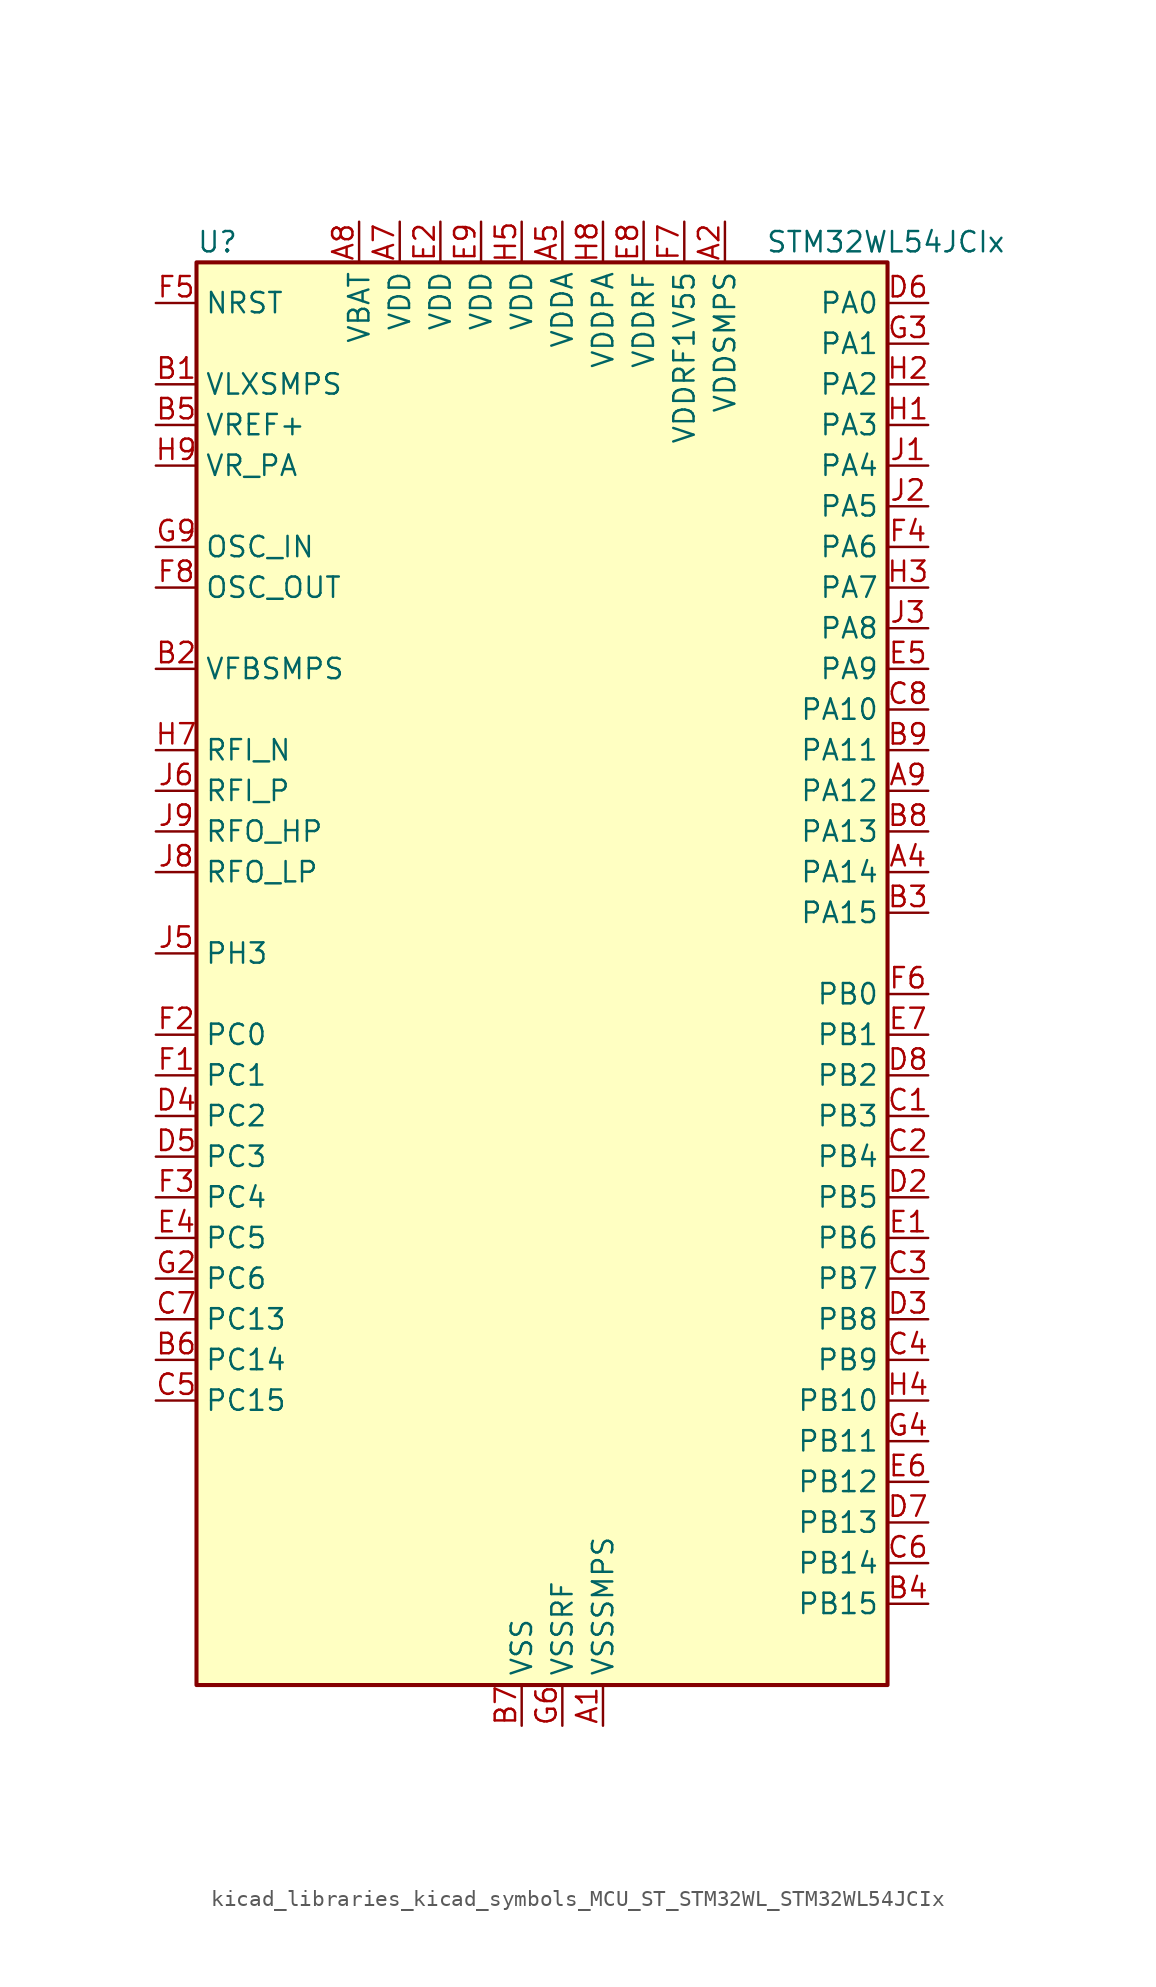
<source format=kicad_sym>
(kicad_symbol_lib
  (version 20220914)
  (generator kicad_symbol_editor)
  (symbol "kicad_libraries_kicad_symbols_MCU_ST_STM32WL_STM32WL54JCIx"
    (property "Reference" "U"
      (at -20.32 46.99 0)
      (effects (font (size 1.27 1.27)) (justify left)))
    (property "Value" "STM32WL54JCIx"
      (at 15.24 46.99 0)
      (effects (font (size 1.27 1.27)) (justify left)))
    (property "ki_locked" ""
      (at 0 0 0)
      (effects (font (size 1.27 1.27))))
    (symbol "kicad_libraries_kicad_symbols_MCU_ST_STM32WL_STM32WL54JCIx_0_1"
      (rectangle (start -20.32 -43.18) (end 22.86 45.72) (stroke (width 0.254) (type default)) (fill (type background))))
    (symbol "kicad_libraries_kicad_symbols_MCU_ST_STM32WL_STM32WL54JCIx_1_1"
      (pin power_in line (at 5.08 -45.72 90) (length 2.54) (name "VSSSMPS" (effects (font (size 1.27 1.27)))) (number "A1" (effects (font (size 1.27 1.27)))))
      (pin power_in line (at 12.7 48.26 270) (length 2.54) (name "VDDSMPS" (effects (font (size 1.27 1.27)))) (number "A2" (effects (font (size 1.27 1.27)))))
      (pin bidirectional line (at 25.4 7.62 180) (length 2.54) (name "PA14" (effects (font (size 1.27 1.27)))) (number "A4" (effects (font (size 1.27 1.27)))) (alternate "ADC_IN10" bidirectional line) (alternate "DEBUG_JTCK-SWCLK" bidirectional line) (alternate "I2C1_SMBA" bidirectional line) (alternate "LPTIM1_OUT" bidirectional line))
      (pin power_in line (at 2.54 48.26 270) (length 2.54) (name "VDDA" (effects (font (size 1.27 1.27)))) (number "A5" (effects (font (size 1.27 1.27)))))
      (pin power_in line (at -7.62 48.26 270) (length 2.54) (name "VDD" (effects (font (size 1.27 1.27)))) (number "A7" (effects (font (size 1.27 1.27)))))
      (pin power_in line (at -10.16 48.26 270) (length 2.54) (name "VBAT" (effects (font (size 1.27 1.27)))) (number "A8" (effects (font (size 1.27 1.27)))))
      (pin bidirectional line (at 25.4 12.7 180) (length 2.54) (name "PA12" (effects (font (size 1.27 1.27)))) (number "A9" (effects (font (size 1.27 1.27)))) (alternate "ADC_IN8" bidirectional line) (alternate "DEBUG_RF-BUSY" bidirectional line) (alternate "I2C2_SCL" bidirectional line) (alternate "LPTIM3_IN1" bidirectional line) (alternate "SPI1_MOSI" bidirectional line) (alternate "TIM1_ETR" bidirectional line) (alternate "USART1_DE" bidirectional line) (alternate "USART1_RTS" bidirectional line))
      (pin power_in line (at -22.86 38.1 0) (length 2.54) (name "VLXSMPS" (effects (font (size 1.27 1.27)))) (number "B1" (effects (font (size 1.27 1.27)))))
      (pin input line (at -22.86 20.32 0) (length 2.54) (name "VFBSMPS" (effects (font (size 1.27 1.27)))) (number "B2" (effects (font (size 1.27 1.27)))))
      (pin bidirectional line (at 25.4 5.08 180) (length 2.54) (name "PA15" (effects (font (size 1.27 1.27)))) (number "B3" (effects (font (size 1.27 1.27)))) (alternate "ADC_IN11" bidirectional line) (alternate "COMP1_INM" bidirectional line) (alternate "COMP2_INP" bidirectional line) (alternate "DEBUG_JTDI" bidirectional line) (alternate "I2C2_SDA" bidirectional line) (alternate "SPI1_NSS" bidirectional line) (alternate "TIM2_CH1" bidirectional line) (alternate "TIM2_ETR" bidirectional line))
      (pin bidirectional line (at 25.4 -38.1 180) (length 2.54) (name "PB15" (effects (font (size 1.27 1.27)))) (number "B4" (effects (font (size 1.27 1.27)))) (alternate "I2C2_SCL" bidirectional line) (alternate "I2S2_SD" bidirectional line) (alternate "SPI2_MOSI" bidirectional line) (alternate "TIM1_CH3N" bidirectional line))
      (pin input line (at -22.86 35.56 0) (length 2.54) (name "VREF+" (effects (font (size 1.27 1.27)))) (number "B5" (effects (font (size 1.27 1.27)))) (alternate "VREFBUF_OUT" bidirectional line))
      (pin bidirectional line (at -22.86 -22.86 0) (length 2.54) (name "PC14" (effects (font (size 1.27 1.27)))) (number "B6" (effects (font (size 1.27 1.27)))) (alternate "RCC_OSC32_IN" bidirectional line))
      (pin power_in line (at 0 -45.72 90) (length 2.54) (name "VSS" (effects (font (size 1.27 1.27)))) (number "B7" (effects (font (size 1.27 1.27)))))
      (pin bidirectional line (at 25.4 10.16 180) (length 2.54) (name "PA13" (effects (font (size 1.27 1.27)))) (number "B8" (effects (font (size 1.27 1.27)))) (alternate "ADC_IN9" bidirectional line) (alternate "DEBUG_JTMS-SWDIO" bidirectional line) (alternate "I2C2_SMBA" bidirectional line) (alternate "IR_OUT" bidirectional line))
      (pin bidirectional line (at 25.4 15.24 180) (length 2.54) (name "PA11" (effects (font (size 1.27 1.27)))) (number "B9" (effects (font (size 1.27 1.27)))) (alternate "ADC_EXTI11" bidirectional line) (alternate "ADC_IN7" bidirectional line) (alternate "COMP1_INM" bidirectional line) (alternate "COMP2_INM" bidirectional line) (alternate "DEBUG_RF-NRESET" bidirectional line) (alternate "I2C2_SDA" bidirectional line) (alternate "LPTIM3_ETR" bidirectional line) (alternate "SPI1_MISO" bidirectional line) (alternate "TIM1_BKIN2" bidirectional line) (alternate "TIM1_CH4" bidirectional line) (alternate "USART1_CTS" bidirectional line) (alternate "USART1_NSS" bidirectional line))
      (pin bidirectional line (at 25.4 -7.62 180) (length 2.54) (name "PB3" (effects (font (size 1.27 1.27)))) (number "C1" (effects (font (size 1.27 1.27)))) (alternate "ADC_IN2" bidirectional line) (alternate "COMP1_INM" bidirectional line) (alternate "COMP2_INM" bidirectional line) (alternate "DEBUG_JTDO-SWO" bidirectional line) (alternate "DEBUG_RF-DTB1" bidirectional line) (alternate "PWR_WKUP3" bidirectional line) (alternate "RTC_TAMP_IN3" bidirectional line) (alternate "SPI1_SCK" bidirectional line) (alternate "TIM2_CH2" bidirectional line) (alternate "USART1_DE" bidirectional line) (alternate "USART1_RTS" bidirectional line))
      (pin bidirectional line (at 25.4 -10.16 180) (length 2.54) (name "PB4" (effects (font (size 1.27 1.27)))) (number "C2" (effects (font (size 1.27 1.27)))) (alternate "ADC_IN3" bidirectional line) (alternate "COMP1_INP" bidirectional line) (alternate "COMP2_INP" bidirectional line) (alternate "DEBUG_JTRST" bidirectional line) (alternate "DEBUG_RF-LDORDY" bidirectional line) (alternate "I2C3_SDA" bidirectional line) (alternate "SPI1_MISO" bidirectional line) (alternate "TIM17_BKIN" bidirectional line) (alternate "USART1_CTS" bidirectional line) (alternate "USART1_NSS" bidirectional line))
      (pin bidirectional line (at 25.4 -17.78 180) (length 2.54) (name "PB7" (effects (font (size 1.27 1.27)))) (number "C3" (effects (font (size 1.27 1.27)))) (alternate "I2C1_SDA" bidirectional line) (alternate "LPTIM1_IN2" bidirectional line) (alternate "PWR_PVD_IN" bidirectional line) (alternate "TIM17_CH1N" bidirectional line) (alternate "TIM1_BKIN" bidirectional line) (alternate "USART1_RX" bidirectional line))
      (pin bidirectional line (at 25.4 -22.86 180) (length 2.54) (name "PB9" (effects (font (size 1.27 1.27)))) (number "C4" (effects (font (size 1.27 1.27)))) (alternate "DAC_EXTI9" bidirectional line) (alternate "I2C1_SDA" bidirectional line) (alternate "I2S2_WS" bidirectional line) (alternate "IR_OUT" bidirectional line) (alternate "SPI2_NSS" bidirectional line) (alternate "TIM17_CH1" bidirectional line) (alternate "TIM1_CH3N" bidirectional line))
      (pin bidirectional line (at -22.86 -25.4 0) (length 2.54) (name "PC15" (effects (font (size 1.27 1.27)))) (number "C5" (effects (font (size 1.27 1.27)))) (alternate "RCC_OSC32_OUT" bidirectional line))
      (pin bidirectional line (at 25.4 -35.56 180) (length 2.54) (name "PB14" (effects (font (size 1.27 1.27)))) (number "C6" (effects (font (size 1.27 1.27)))) (alternate "ADC_IN1" bidirectional line) (alternate "I2C3_SDA" bidirectional line) (alternate "I2S2_MCK" bidirectional line) (alternate "SPI2_MISO" bidirectional line) (alternate "TIM1_CH2N" bidirectional line))
      (pin bidirectional line (at -22.86 -20.32 0) (length 2.54) (name "PC13" (effects (font (size 1.27 1.27)))) (number "C7" (effects (font (size 1.27 1.27)))) (alternate "PWR_WKUP2" bidirectional line) (alternate "RTC_OUT1" bidirectional line) (alternate "RTC_TAMP_IN1" bidirectional line) (alternate "RTC_TS" bidirectional line))
      (pin bidirectional line (at 25.4 17.78 180) (length 2.54) (name "PA10" (effects (font (size 1.27 1.27)))) (number "C8" (effects (font (size 1.27 1.27)))) (alternate "ADC_IN6" bidirectional line) (alternate "COMP1_INM" bidirectional line) (alternate "COMP2_INM" bidirectional line) (alternate "DAC_OUT1" bidirectional line) (alternate "DEBUG_RF-HSE32RDY" bidirectional line) (alternate "I2C1_SDA" bidirectional line) (alternate "I2S2_SD" bidirectional line) (alternate "RTC_REFIN" bidirectional line) (alternate "SPI2_MOSI" bidirectional line) (alternate "TIM17_BKIN" bidirectional line) (alternate "TIM1_CH3" bidirectional line) (alternate "USART1_RX" bidirectional line))
      (pin bidirectional line (at 25.4 -12.7 180) (length 2.54) (name "PB5" (effects (font (size 1.27 1.27)))) (number "D2" (effects (font (size 1.27 1.27)))) (alternate "COMP2_OUT" bidirectional line) (alternate "I2C1_SMBA" bidirectional line) (alternate "LPTIM1_IN1" bidirectional line) (alternate "SPI1_MOSI" bidirectional line) (alternate "TIM16_BKIN" bidirectional line) (alternate "USART1_CK" bidirectional line))
      (pin bidirectional line (at 25.4 -20.32 180) (length 2.54) (name "PB8" (effects (font (size 1.27 1.27)))) (number "D3" (effects (font (size 1.27 1.27)))) (alternate "I2C1_SCL" bidirectional line) (alternate "TIM16_CH1" bidirectional line) (alternate "TIM1_CH2N" bidirectional line))
      (pin bidirectional line (at -22.86 -7.62 0) (length 2.54) (name "PC2" (effects (font (size 1.27 1.27)))) (number "D4" (effects (font (size 1.27 1.27)))) (alternate "LPTIM1_IN2" bidirectional line) (alternate "SPI2_MISO" bidirectional line))
      (pin bidirectional line (at -22.86 -10.16 0) (length 2.54) (name "PC3" (effects (font (size 1.27 1.27)))) (number "D5" (effects (font (size 1.27 1.27)))) (alternate "I2S2_SD" bidirectional line) (alternate "LPTIM1_ETR" bidirectional line) (alternate "LPTIM2_ETR" bidirectional line) (alternate "SPI2_MOSI" bidirectional line))
      (pin bidirectional line (at 25.4 43.18 180) (length 2.54) (name "PA0" (effects (font (size 1.27 1.27)))) (number "D6" (effects (font (size 1.27 1.27)))) (alternate "COMP1_OUT" bidirectional line) (alternate "DEBUG_PWR-REGLP1S" bidirectional line) (alternate "I2C3_SMBA" bidirectional line) (alternate "I2S_CKIN" bidirectional line) (alternate "PWR_WKUP1" bidirectional line) (alternate "RTC_TAMP_IN2" bidirectional line) (alternate "TIM2_CH1" bidirectional line) (alternate "TIM2_ETR" bidirectional line) (alternate "USART2_CTS" bidirectional line) (alternate "USART2_NSS" bidirectional line))
      (pin bidirectional line (at 25.4 -33.02 180) (length 2.54) (name "PB13" (effects (font (size 1.27 1.27)))) (number "D7" (effects (font (size 1.27 1.27)))) (alternate "ADC_IN0" bidirectional line) (alternate "I2C3_SCL" bidirectional line) (alternate "I2S2_CK" bidirectional line) (alternate "LPUART1_CTS" bidirectional line) (alternate "SPI2_SCK" bidirectional line) (alternate "TIM1_CH1N" bidirectional line))
      (pin bidirectional line (at 25.4 -5.08 180) (length 2.54) (name "PB2" (effects (font (size 1.27 1.27)))) (number "D8" (effects (font (size 1.27 1.27)))) (alternate "ADC_IN4" bidirectional line) (alternate "COMP1_INP" bidirectional line) (alternate "COMP2_INM" bidirectional line) (alternate "DEBUG_RF-SMPSRDY" bidirectional line) (alternate "I2C3_SMBA" bidirectional line) (alternate "LPTIM1_OUT" bidirectional line) (alternate "SPI1_NSS" bidirectional line))
      (pin passive line (at 0 -45.72 90) (length 2.54) hide (name "VSS" (effects (font (size 1.27 1.27)))) (number "D9" (effects (font (size 1.27 1.27)))))
      (pin bidirectional line (at 25.4 -15.24 180) (length 2.54) (name "PB6" (effects (font (size 1.27 1.27)))) (number "E1" (effects (font (size 1.27 1.27)))) (alternate "I2C1_SCL" bidirectional line) (alternate "LPTIM1_ETR" bidirectional line) (alternate "TIM16_CH1N" bidirectional line) (alternate "USART1_TX" bidirectional line))
      (pin power_in line (at -5.08 48.26 270) (length 2.54) (name "VDD" (effects (font (size 1.27 1.27)))) (number "E2" (effects (font (size 1.27 1.27)))))
      (pin passive line (at 0 -45.72 90) (length 2.54) hide (name "VSS" (effects (font (size 1.27 1.27)))) (number "E3" (effects (font (size 1.27 1.27)))))
      (pin bidirectional line (at -22.86 -15.24 0) (length 2.54) (name "PC5" (effects (font (size 1.27 1.27)))) (number "E4" (effects (font (size 1.27 1.27)))))
      (pin bidirectional line (at 25.4 20.32 180) (length 2.54) (name "PA9" (effects (font (size 1.27 1.27)))) (number "E5" (effects (font (size 1.27 1.27)))) (alternate "DAC_EXTI9" bidirectional line) (alternate "I2C1_SCL" bidirectional line) (alternate "I2S2_CK" bidirectional line) (alternate "I2S2_WS" bidirectional line) (alternate "SPI2_NSS" bidirectional line) (alternate "SPI2_SCK" bidirectional line) (alternate "TIM1_CH2" bidirectional line) (alternate "USART1_TX" bidirectional line))
      (pin bidirectional line (at 25.4 -30.48 180) (length 2.54) (name "PB12" (effects (font (size 1.27 1.27)))) (number "E6" (effects (font (size 1.27 1.27)))) (alternate "I2C3_SMBA" bidirectional line) (alternate "I2S2_WS" bidirectional line) (alternate "LPUART1_RTS" bidirectional line) (alternate "SPI2_NSS" bidirectional line) (alternate "TIM1_BKIN" bidirectional line))
      (pin bidirectional line (at 25.4 -2.54 180) (length 2.54) (name "PB1" (effects (font (size 1.27 1.27)))) (number "E7" (effects (font (size 1.27 1.27)))) (alternate "ADC_IN5" bidirectional line) (alternate "COMP2_INP" bidirectional line) (alternate "LPTIM2_IN1" bidirectional line) (alternate "LPUART1_DE" bidirectional line) (alternate "LPUART1_RTS" bidirectional line))
      (pin power_in line (at 7.62 48.26 270) (length 2.54) (name "VDDRF" (effects (font (size 1.27 1.27)))) (number "E8" (effects (font (size 1.27 1.27)))))
      (pin power_in line (at -2.54 48.26 270) (length 2.54) (name "VDD" (effects (font (size 1.27 1.27)))) (number "E9" (effects (font (size 1.27 1.27)))))
      (pin bidirectional line (at -22.86 -5.08 0) (length 2.54) (name "PC1" (effects (font (size 1.27 1.27)))) (number "F1" (effects (font (size 1.27 1.27)))) (alternate "I2C3_SDA" bidirectional line) (alternate "I2S2_SD" bidirectional line) (alternate "LPTIM1_OUT" bidirectional line) (alternate "LPUART1_TX" bidirectional line) (alternate "SPI2_MOSI" bidirectional line))
      (pin bidirectional line (at -22.86 -2.54 0) (length 2.54) (name "PC0" (effects (font (size 1.27 1.27)))) (number "F2" (effects (font (size 1.27 1.27)))) (alternate "I2C3_SCL" bidirectional line) (alternate "LPTIM1_IN1" bidirectional line) (alternate "LPTIM2_IN1" bidirectional line) (alternate "LPUART1_RX" bidirectional line))
      (pin bidirectional line (at -22.86 -12.7 0) (length 2.54) (name "PC4" (effects (font (size 1.27 1.27)))) (number "F3" (effects (font (size 1.27 1.27)))))
      (pin bidirectional line (at 25.4 27.94 180) (length 2.54) (name "PA6" (effects (font (size 1.27 1.27)))) (number "F4" (effects (font (size 1.27 1.27)))) (alternate "DEBUG_SUBGHZSPI-MISOOUT" bidirectional line) (alternate "I2C2_SMBA" bidirectional line) (alternate "LPUART1_CTS" bidirectional line) (alternate "SPI1_MISO" bidirectional line) (alternate "TIM16_CH1" bidirectional line) (alternate "TIM1_BKIN" bidirectional line))
      (pin input line (at -22.86 43.18 0) (length 2.54) (name "NRST" (effects (font (size 1.27 1.27)))) (number "F5" (effects (font (size 1.27 1.27)))))
      (pin bidirectional line (at 25.4 0 180) (length 2.54) (name "PB0" (effects (font (size 1.27 1.27)))) (number "F6" (effects (font (size 1.27 1.27)))) (alternate "COMP1_OUT" bidirectional line) (alternate "VDDTCXO" bidirectional line))
      (pin power_in line (at 10.16 48.26 270) (length 2.54) (name "VDDRF1V55" (effects (font (size 1.27 1.27)))) (number "F7" (effects (font (size 1.27 1.27)))))
      (pin input line (at -22.86 25.4 0) (length 2.54) (name "OSC_OUT" (effects (font (size 1.27 1.27)))) (number "F8" (effects (font (size 1.27 1.27)))) (alternate "RCC_OSC_OUT" bidirectional line))
      (pin bidirectional line (at -22.86 -17.78 0) (length 2.54) (name "PC6" (effects (font (size 1.27 1.27)))) (number "G2" (effects (font (size 1.27 1.27)))) (alternate "I2S2_MCK" bidirectional line))
      (pin bidirectional line (at 25.4 40.64 180) (length 2.54) (name "PA1" (effects (font (size 1.27 1.27)))) (number "G3" (effects (font (size 1.27 1.27)))) (alternate "DEBUG_PWR-REGLP2S" bidirectional line) (alternate "I2C1_SMBA" bidirectional line) (alternate "LPTIM3_OUT" bidirectional line) (alternate "LPUART1_RTS" bidirectional line) (alternate "SPI1_SCK" bidirectional line) (alternate "TIM2_CH2" bidirectional line) (alternate "USART2_DE" bidirectional line) (alternate "USART2_RTS" bidirectional line))
      (pin bidirectional line (at 25.4 -27.94 180) (length 2.54) (name "PB11" (effects (font (size 1.27 1.27)))) (number "G4" (effects (font (size 1.27 1.27)))) (alternate "ADC_EXTI11" bidirectional line) (alternate "COMP2_OUT" bidirectional line) (alternate "I2C3_SDA" bidirectional line) (alternate "LPUART1_TX" bidirectional line) (alternate "TIM2_CH4" bidirectional line))
      (pin passive line (at 0 -45.72 90) (length 2.54) hide (name "VSS" (effects (font (size 1.27 1.27)))) (number "G5" (effects (font (size 1.27 1.27)))))
      (pin power_in line (at 2.54 -45.72 90) (length 2.54) (name "VSSRF" (effects (font (size 1.27 1.27)))) (number "G6" (effects (font (size 1.27 1.27)))))
      (pin passive line (at 2.54 -45.72 90) (length 2.54) hide (name "VSSRF" (effects (font (size 1.27 1.27)))) (number "G7" (effects (font (size 1.27 1.27)))))
      (pin passive line (at 2.54 -45.72 90) (length 2.54) hide (name "VSSRF" (effects (font (size 1.27 1.27)))) (number "G8" (effects (font (size 1.27 1.27)))))
      (pin input line (at -22.86 27.94 0) (length 2.54) (name "OSC_IN" (effects (font (size 1.27 1.27)))) (number "G9" (effects (font (size 1.27 1.27)))) (alternate "RCC_OSC_IN" bidirectional line))
      (pin bidirectional line (at 25.4 35.56 180) (length 2.54) (name "PA3" (effects (font (size 1.27 1.27)))) (number "H1" (effects (font (size 1.27 1.27)))) (alternate "I2S2_MCK" bidirectional line) (alternate "LPUART1_RX" bidirectional line) (alternate "TIM2_CH4" bidirectional line) (alternate "USART2_RX" bidirectional line))
      (pin bidirectional line (at 25.4 38.1 180) (length 2.54) (name "PA2" (effects (font (size 1.27 1.27)))) (number "H2" (effects (font (size 1.27 1.27)))) (alternate "COMP2_OUT" bidirectional line) (alternate "DEBUG_PWR-LDORDY" bidirectional line) (alternate "LPUART1_TX" bidirectional line) (alternate "RCC_LSCO" bidirectional line) (alternate "TIM2_CH3" bidirectional line) (alternate "USART2_TX" bidirectional line))
      (pin bidirectional line (at 25.4 25.4 180) (length 2.54) (name "PA7" (effects (font (size 1.27 1.27)))) (number "H3" (effects (font (size 1.27 1.27)))) (alternate "COMP2_OUT" bidirectional line) (alternate "DEBUG_SUBGHZSPI-MOSIOUT" bidirectional line) (alternate "I2C3_SCL" bidirectional line) (alternate "SPI1_MOSI" bidirectional line) (alternate "TIM17_CH1" bidirectional line) (alternate "TIM1_CH1N" bidirectional line))
      (pin bidirectional line (at 25.4 -25.4 180) (length 2.54) (name "PB10" (effects (font (size 1.27 1.27)))) (number "H4" (effects (font (size 1.27 1.27)))) (alternate "COMP1_OUT" bidirectional line) (alternate "I2C3_SCL" bidirectional line) (alternate "I2S2_CK" bidirectional line) (alternate "LPUART1_RX" bidirectional line) (alternate "SPI2_SCK" bidirectional line) (alternate "TIM2_CH3" bidirectional line))
      (pin power_in line (at 0 48.26 270) (length 2.54) (name "VDD" (effects (font (size 1.27 1.27)))) (number "H5" (effects (font (size 1.27 1.27)))))
      (pin passive line (at 2.54 -45.72 90) (length 2.54) hide (name "VSSRF" (effects (font (size 1.27 1.27)))) (number "H6" (effects (font (size 1.27 1.27)))))
      (pin bidirectional line (at -22.86 15.24 0) (length 2.54) (name "RFI_N" (effects (font (size 1.27 1.27)))) (number "H7" (effects (font (size 1.27 1.27)))))
      (pin power_in line (at 5.08 48.26 270) (length 2.54) (name "VDDPA" (effects (font (size 1.27 1.27)))) (number "H8" (effects (font (size 1.27 1.27)))))
      (pin power_in line (at -22.86 33.02 0) (length 2.54) (name "VR_PA" (effects (font (size 1.27 1.27)))) (number "H9" (effects (font (size 1.27 1.27)))))
      (pin bidirectional line (at 25.4 33.02 180) (length 2.54) (name "PA4" (effects (font (size 1.27 1.27)))) (number "J1" (effects (font (size 1.27 1.27)))) (alternate "DEBUG_SUBGHZSPI-NSSOUT" bidirectional line) (alternate "LPTIM1_OUT" bidirectional line) (alternate "LPTIM2_OUT" bidirectional line) (alternate "RTC_OUT2" bidirectional line) (alternate "SPI1_NSS" bidirectional line) (alternate "USART2_CK" bidirectional line))
      (pin bidirectional line (at 25.4 30.48 180) (length 2.54) (name "PA5" (effects (font (size 1.27 1.27)))) (number "J2" (effects (font (size 1.27 1.27)))) (alternate "DEBUG_SUBGHZSPI-SCKOUT" bidirectional line) (alternate "LPTIM2_ETR" bidirectional line) (alternate "SPI1_SCK" bidirectional line) (alternate "SPI2_MISO" bidirectional line) (alternate "TIM2_CH1" bidirectional line) (alternate "TIM2_ETR" bidirectional line))
      (pin bidirectional line (at 25.4 22.86 180) (length 2.54) (name "PA8" (effects (font (size 1.27 1.27)))) (number "J3" (effects (font (size 1.27 1.27)))) (alternate "I2S2_CK" bidirectional line) (alternate "LPTIM2_OUT" bidirectional line) (alternate "RCC_MCO" bidirectional line) (alternate "SPI2_SCK" bidirectional line) (alternate "TIM1_CH1" bidirectional line) (alternate "USART1_CK" bidirectional line))
      (pin bidirectional line (at -22.86 2.54 0) (length 2.54) (name "PH3" (effects (font (size 1.27 1.27)))) (number "J5" (effects (font (size 1.27 1.27)))))
      (pin bidirectional line (at -22.86 12.7 0) (length 2.54) (name "RFI_P" (effects (font (size 1.27 1.27)))) (number "J6" (effects (font (size 1.27 1.27)))))
      (pin bidirectional line (at -22.86 7.62 0) (length 2.54) (name "RFO_LP" (effects (font (size 1.27 1.27)))) (number "J8" (effects (font (size 1.27 1.27)))))
      (pin bidirectional line (at -22.86 10.16 0) (length 2.54) (name "RFO_HP" (effects (font (size 1.27 1.27)))) (number "J9" (effects (font (size 1.27 1.27))))))))
</source>
